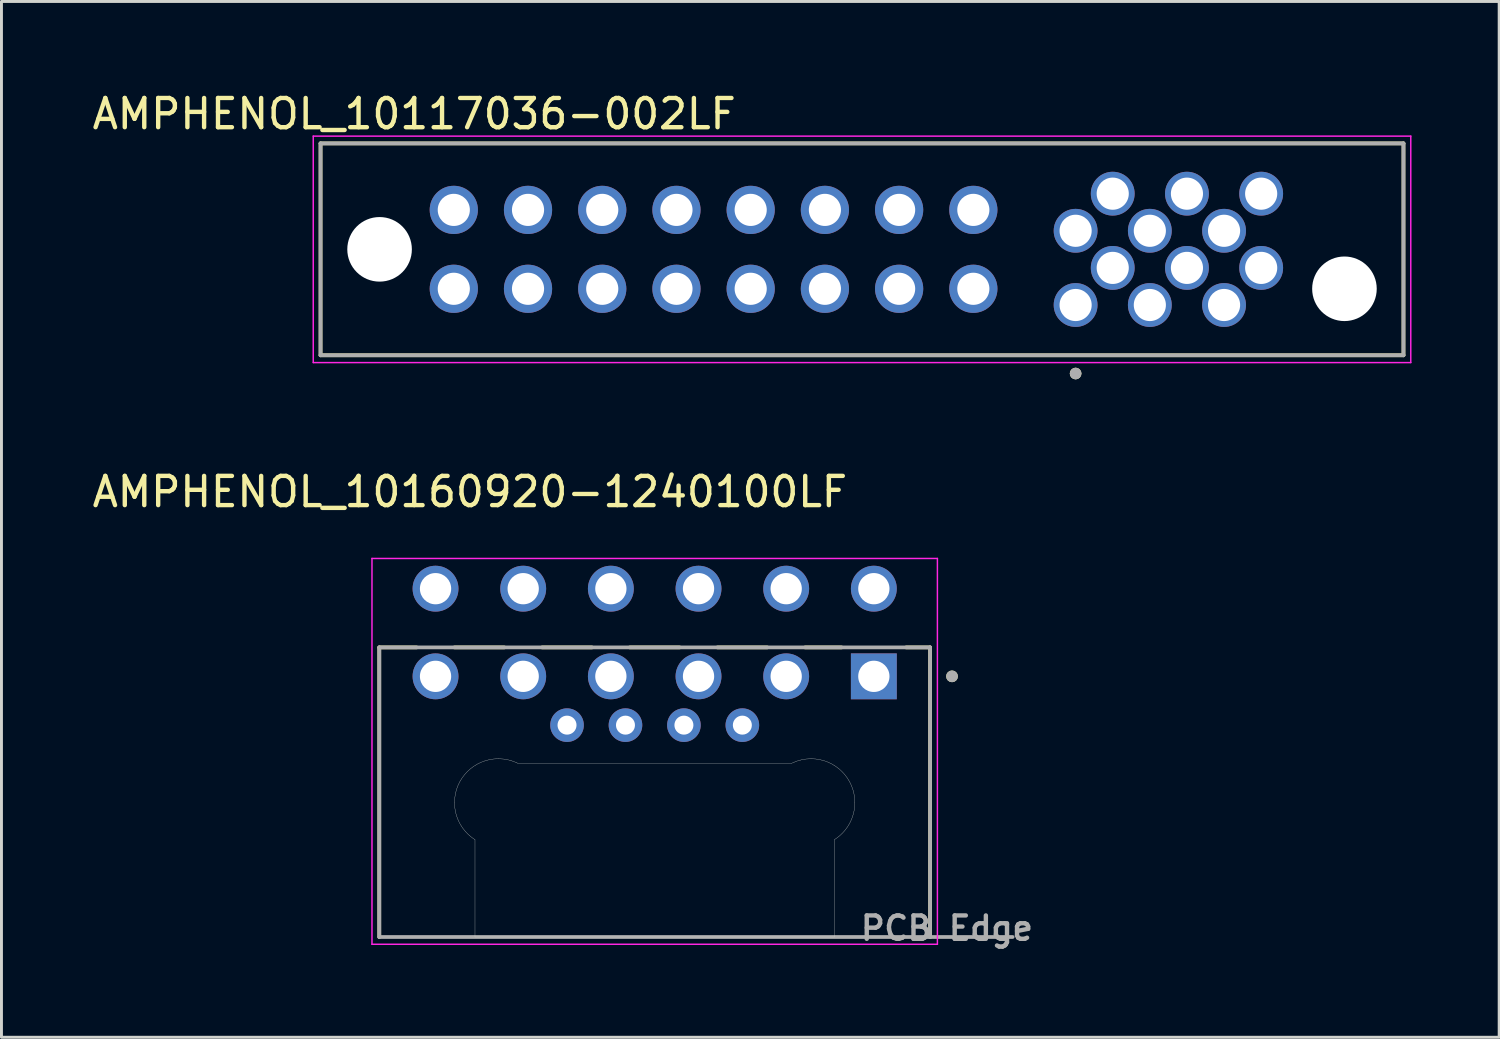
<source format=kicad_pcb>
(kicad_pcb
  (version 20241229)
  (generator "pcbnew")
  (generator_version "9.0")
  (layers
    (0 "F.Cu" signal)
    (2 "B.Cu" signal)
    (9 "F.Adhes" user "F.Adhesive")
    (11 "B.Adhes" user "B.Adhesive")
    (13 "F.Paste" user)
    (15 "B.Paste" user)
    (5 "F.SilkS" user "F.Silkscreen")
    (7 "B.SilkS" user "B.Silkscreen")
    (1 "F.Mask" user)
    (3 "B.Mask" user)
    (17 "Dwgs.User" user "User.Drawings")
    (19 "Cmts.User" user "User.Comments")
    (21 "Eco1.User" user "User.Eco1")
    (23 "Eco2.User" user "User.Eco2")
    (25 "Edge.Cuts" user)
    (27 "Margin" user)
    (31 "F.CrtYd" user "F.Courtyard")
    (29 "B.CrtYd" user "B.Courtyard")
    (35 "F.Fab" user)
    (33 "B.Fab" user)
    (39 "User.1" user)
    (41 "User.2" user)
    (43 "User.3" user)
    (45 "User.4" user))
  (footprint "AMPHENOL_10160920-1240100LF"
    (layer "F.Cu")
    (at 19.355 24.416)
    (property "Reference" "AMPHENOL_10160920-1240100LF" (at -6.325 -10.635 0) (layer "F.SilkS") (effects (font (size 1 1) (thickness 0.15))))
    (attr through_hole)
    (fp_line (start -9.425 -5.31) (end -9.425 4.6) (stroke (width 0.127) (type solid)) (layer "F.SilkS"))
    (fp_line (start -9.425 -5.31) (end -8.147 -5.31) (stroke (width 0.127) (type solid)) (layer "F.SilkS"))
    (fp_line (start -6.853 -5.31) (end -5.147 -5.31) (stroke (width 0.127) (type solid)) (layer "F.SilkS"))
    (fp_line (start -3.853 -5.31) (end -2.147 -5.31) (stroke (width 0.127) (type solid)) (layer "F.SilkS"))
    (fp_line (start -0.853 -5.31) (end 0.853 -5.31) (stroke (width 0.127) (type solid)) (layer "F.SilkS"))
    (fp_line (start 2.147 -5.31) (end 3.853 -5.31) (stroke (width 0.127) (type solid)) (layer "F.SilkS"))
    (fp_line (start 5.147 -5.31) (end 6.395 -5.31) (stroke (width 0.127) (type solid)) (layer "F.SilkS"))
    (fp_line (start 8.605 -5.31) (end 9.425 -5.31) (stroke (width 0.127) (type solid)) (layer "F.SilkS"))
    (fp_line (start 9.425 -5.31) (end 9.425 4.6) (stroke (width 0.127) (type solid)) (layer "F.SilkS"))
    (fp_circle (center 10.175 -4.32) (end 10.275 -4.32) (stroke (width 0.2) (type solid)) (fill no) (layer "F.SilkS"))
    (fp_line (start -6.15 1.269) (end -6.15 4.6) (stroke (width 0.01) (type solid)) (layer "Edge.Cuts"))
    (fp_line (start -6.15 4.6) (end 6.15 4.6) (stroke (width 0.01) (type solid)) (layer "Edge.Cuts"))
    (fp_line (start 4.696 -1.35) (end -4.696 -1.35) (stroke (width 0.01) (type solid)) (layer "Edge.Cuts"))
    (fp_line (start 6.15 4.6) (end 6.15 1.269) (stroke (width 0.01) (type solid)) (layer "Edge.Cuts"))
    (fp_arc (start -6.85 0) (mid -6.41066 -1.06066) (end -5.35 -1.5) (stroke (width 0.01) (type solid)) (layer "Edge.Cuts"))
    (fp_arc (start -6.15 1.26886) (mid -6.663393 0.72457) (end -6.85 0) (stroke (width 0.01) (type solid)) (layer "Edge.Cuts"))
    (fp_arc (start -5.35 -1.5) (mid -5.014592 -1.462019) (end -4.69617 -1.35) (stroke (width 0.01) (type solid)) (layer "Edge.Cuts"))
    (fp_arc (start 4.69617 -1.35) (mid 5.014592 -1.462019) (end 5.35 -1.5) (stroke (width 0.01) (type solid)) (layer "Edge.Cuts"))
    (fp_arc (start 5.35 -1.5) (mid 6.41066 -1.06066) (end 6.85 0) (stroke (width 0.01) (type solid)) (layer "Edge.Cuts"))
    (fp_arc (start 6.85 0) (mid 6.663393 0.72457) (end 6.15 1.26886) (stroke (width 0.01) (type solid)) (layer "Edge.Cuts"))
    (fp_line (start -9.675 -8.355) (end -9.675 4.85) (stroke (width 0.05) (type solid)) (layer "F.CrtYd"))
    (fp_line (start -9.675 4.85) (end 9.675 4.85) (stroke (width 0.05) (type solid)) (layer "F.CrtYd"))
    (fp_line (start 9.675 -8.355) (end -9.675 -8.355) (stroke (width 0.05) (type solid)) (layer "F.CrtYd"))
    (fp_line (start 9.675 4.85) (end 9.675 -8.355) (stroke (width 0.05) (type solid)) (layer "F.CrtYd"))
    (fp_line (start -9.425 -5.31) (end -9.425 4.6) (stroke (width 0.127) (type solid)) (layer "F.Fab"))
    (fp_line (start -9.425 4.6) (end 9.425 4.6) (stroke (width 0.127) (type solid)) (layer "F.Fab"))
    (fp_line (start 9.425 -5.31) (end -9.425 -5.31) (stroke (width 0.127) (type solid)) (layer "F.Fab"))
    (fp_line (start 9.425 4.6) (end 9.425 -5.31) (stroke (width 0.127) (type solid)) (layer "F.Fab"))
    (fp_line (start 9.425 4.6) (end 12.25 4.6) (stroke (width 0.127) (type solid)) (layer "F.Fab"))
    (fp_circle (center 10.175 -4.32) (end 10.275 -4.32) (stroke (width 0.2) (type solid)) (fill no) (layer "F.Fab"))
    (fp_text user "PCB Edge" (at 10 4.3 0) (layer "F.Fab") (effects (font (size 0.8 0.8) (thickness 0.15))))
    (pad "1" thru_hole rect (at 7.5 -4.32) (size 1.57 1.57) (drill 1.07) (layers "*.Cu" "*.Mask"))
    (pad "2" thru_hole circle (at 4.5 -4.32) (size 1.57 1.57) (drill 1.07) (layers "*.Cu" "*.Mask"))
    (pad "3" thru_hole circle (at 1.5 -4.32) (size 1.57 1.57) (drill 1.07) (layers "*.Cu" "*.Mask"))
    (pad "4" thru_hole circle (at -1.5 -4.32) (size 1.57 1.57) (drill 1.07) (layers "*.Cu" "*.Mask"))
    (pad "5" thru_hole circle (at -4.5 -4.32) (size 1.57 1.57) (drill 1.07) (layers "*.Cu" "*.Mask"))
    (pad "6" thru_hole circle (at -7.5 -4.32) (size 1.57 1.57) (drill 1.07) (layers "*.Cu" "*.Mask"))
    (pad "7" thru_hole circle (at 7.5 -7.32) (size 1.57 1.57) (drill 1.07) (layers "*.Cu" "*.Mask"))
    (pad "8" thru_hole circle (at 4.5 -7.32) (size 1.57 1.57) (drill 1.07) (layers "*.Cu" "*.Mask"))
    (pad "9" thru_hole circle (at 1.5 -7.32) (size 1.57 1.57) (drill 1.07) (layers "*.Cu" "*.Mask"))
    (pad "10" thru_hole circle (at -1.5 -7.32) (size 1.57 1.57) (drill 1.07) (layers "*.Cu" "*.Mask"))
    (pad "11" thru_hole circle (at -4.5 -7.32) (size 1.57 1.57) (drill 1.07) (layers "*.Cu" "*.Mask"))
    (pad "12" thru_hole circle (at -7.5 -7.32) (size 1.57 1.57) (drill 1.07) (layers "*.Cu" "*.Mask"))
    (pad "S1" thru_hole circle (at 3 -2.65) (size 1.15 1.15) (drill 0.65) (layers "*.Cu" "*.Mask"))
    (pad "S2" thru_hole circle (at 1 -2.65) (size 1.15 1.15) (drill 0.65) (layers "*.Cu" "*.Mask"))
    (pad "S3" thru_hole circle (at -1 -2.65) (size 1.15 1.15) (drill 0.65) (layers "*.Cu" "*.Mask"))
    (pad "S4" thru_hole circle (at -3 -2.65) (size 1.15 1.15) (drill 0.65) (layers "*.Cu" "*.Mask")))
  (footprint "AMPHENOL_10117036-002LF"
    (layer "F.Cu")
    (at 26.45 5.483)
    (property "Reference" "AMPHENOL_10117036-002LF" (at -15.325 -4.635 0) (layer "F.SilkS") (effects (font (size 1 1) (thickness 0.15))))
    (attr through_hole)
    (fp_line (start -18.53 -3.625) (end -18.53 3.625) (stroke (width 0.127) (type solid)) (layer "F.SilkS"))
    (fp_line (start -18.53 3.625) (end 18.53 3.625) (stroke (width 0.127) (type solid)) (layer "F.SilkS"))
    (fp_line (start 18.53 -3.625) (end -18.53 -3.625) (stroke (width 0.127) (type solid)) (layer "F.SilkS"))
    (fp_line (start 18.53 3.625) (end 18.53 -3.625) (stroke (width 0.127) (type solid)) (layer "F.SilkS"))
    (fp_circle (center 7.31 4.25) (end 7.41 4.25) (stroke (width 0.2) (type solid)) (fill no) (layer "F.SilkS"))
    (fp_line (start -18.78 -3.875) (end -18.78 3.875) (stroke (width 0.05) (type solid)) (layer "F.CrtYd"))
    (fp_line (start -18.78 3.875) (end 18.78 3.875) (stroke (width 0.05) (type solid)) (layer "F.CrtYd"))
    (fp_line (start 18.78 -3.875) (end -18.78 -3.875) (stroke (width 0.05) (type solid)) (layer "F.CrtYd"))
    (fp_line (start 18.78 3.875) (end 18.78 -3.875) (stroke (width 0.05) (type solid)) (layer "F.CrtYd"))
    (fp_line (start -18.53 -3.625) (end -18.53 3.625) (stroke (width 0.127) (type solid)) (layer "F.Fab"))
    (fp_line (start -18.53 3.625) (end 18.53 3.625) (stroke (width 0.127) (type solid)) (layer "F.Fab"))
    (fp_line (start 18.53 -3.625) (end -18.53 -3.625) (stroke (width 0.127) (type solid)) (layer "F.Fab"))
    (fp_line (start 18.53 3.625) (end 18.53 -3.625) (stroke (width 0.127) (type solid)) (layer "F.Fab"))
    (fp_circle (center 7.31 4.25) (end 7.41 4.25) (stroke (width 0.2) (type solid)) (fill no) (layer "F.Fab"))
    (pad "" np_thru_hole circle (at -16.51 0) (size 2.21 2.21) (drill 2.21) (layers "*.Cu" "*.Mask"))
    (pad "" np_thru_hole circle (at 16.51 1.35) (size 2.21 2.21) (drill 2.21) (layers "*.Cu" "*.Mask"))
    (pad "P1" thru_hole circle (at -13.97 1.35) (size 1.65 1.65) (drill 1.1) (layers "*.Cu" "*.Mask"))
    (pad "P2" thru_hole circle (at -11.43 1.35) (size 1.65 1.65) (drill 1.1) (layers "*.Cu" "*.Mask"))
    (pad "P3" thru_hole circle (at -8.89 1.35) (size 1.65 1.65) (drill 1.1) (layers "*.Cu" "*.Mask"))
    (pad "P4" thru_hole circle (at -6.35 1.35) (size 1.65 1.65) (drill 1.1) (layers "*.Cu" "*.Mask"))
    (pad "P5" thru_hole circle (at -3.81 1.35) (size 1.65 1.65) (drill 1.1) (layers "*.Cu" "*.Mask"))
    (pad "P6" thru_hole circle (at -1.27 1.35) (size 1.65 1.65) (drill 1.1) (layers "*.Cu" "*.Mask"))
    (pad "P7" thru_hole circle (at 1.27 1.35) (size 1.65 1.65) (drill 1.1) (layers "*.Cu" "*.Mask"))
    (pad "P8" thru_hole circle (at 3.81 1.35) (size 1.65 1.65) (drill 1.1) (layers "*.Cu" "*.Mask"))
    (pad "P9" thru_hole circle (at 3.81 -1.35) (size 1.65 1.65) (drill 1.1) (layers "*.Cu" "*.Mask"))
    (pad "P10" thru_hole circle (at 1.27 -1.35) (size 1.65 1.65) (drill 1.1) (layers "*.Cu" "*.Mask"))
    (pad "P11" thru_hole circle (at -1.27 -1.35) (size 1.65 1.65) (drill 1.1) (layers "*.Cu" "*.Mask"))
    (pad "P12" thru_hole circle (at -3.81 -1.35) (size 1.65 1.65) (drill 1.1) (layers "*.Cu" "*.Mask"))
    (pad "P13" thru_hole circle (at -6.35 -1.35) (size 1.65 1.65) (drill 1.1) (layers "*.Cu" "*.Mask"))
    (pad "P14" thru_hole circle (at -8.89 -1.35) (size 1.65 1.65) (drill 1.1) (layers "*.Cu" "*.Mask"))
    (pad "P15" thru_hole circle (at -11.43 -1.35) (size 1.65 1.65) (drill 1.1) (layers "*.Cu" "*.Mask"))
    (pad "P16" thru_hole circle (at -13.97 -1.35) (size 1.65 1.65) (drill 1.1) (layers "*.Cu" "*.Mask"))
    (pad "S1" thru_hole circle (at 7.31 1.905) (size 1.5 1.5) (drill 1.1) (layers "*.Cu" "*.Mask"))
    (pad "S2" thru_hole circle (at 8.58 0.635) (size 1.5 1.5) (drill 1.1) (layers "*.Cu" "*.Mask"))
    (pad "S3" thru_hole circle (at 9.85 1.905) (size 1.5 1.5) (drill 1.1) (layers "*.Cu" "*.Mask"))
    (pad "S4" thru_hole circle (at 11.12 0.635) (size 1.5 1.5) (drill 1.1) (layers "*.Cu" "*.Mask"))
    (pad "S5" thru_hole circle (at 12.39 1.905) (size 1.5 1.5) (drill 1.1) (layers "*.Cu" "*.Mask"))
    (pad "S6" thru_hole circle (at 13.66 0.635) (size 1.5 1.5) (drill 1.1) (layers "*.Cu" "*.Mask"))
    (pad "S7" thru_hole circle (at 13.66 -1.905) (size 1.5 1.5) (drill 1.1) (layers "*.Cu" "*.Mask"))
    (pad "S8" thru_hole circle (at 12.39 -0.635) (size 1.5 1.5) (drill 1.1) (layers "*.Cu" "*.Mask"))
    (pad "S9" thru_hole circle (at 11.12 -1.905) (size 1.5 1.5) (drill 1.1) (layers "*.Cu" "*.Mask"))
    (pad "S10" thru_hole circle (at 9.85 -0.635) (size 1.5 1.5) (drill 1.1) (layers "*.Cu" "*.Mask"))
    (pad "S11" thru_hole circle (at 8.58 -1.905) (size 1.5 1.5) (drill 1.1) (layers "*.Cu" "*.Mask"))
    (pad "S12" thru_hole circle (at 7.31 -0.635) (size 1.5 1.5) (drill 1.1) (layers "*.Cu" "*.Mask")))
  (gr_rect
    (start -3 -3)
    (end 48.255 32.448)
    (stroke (width 0.1) (type default))
    (fill no)
    (layer "Edge.Cuts")))
</source>
